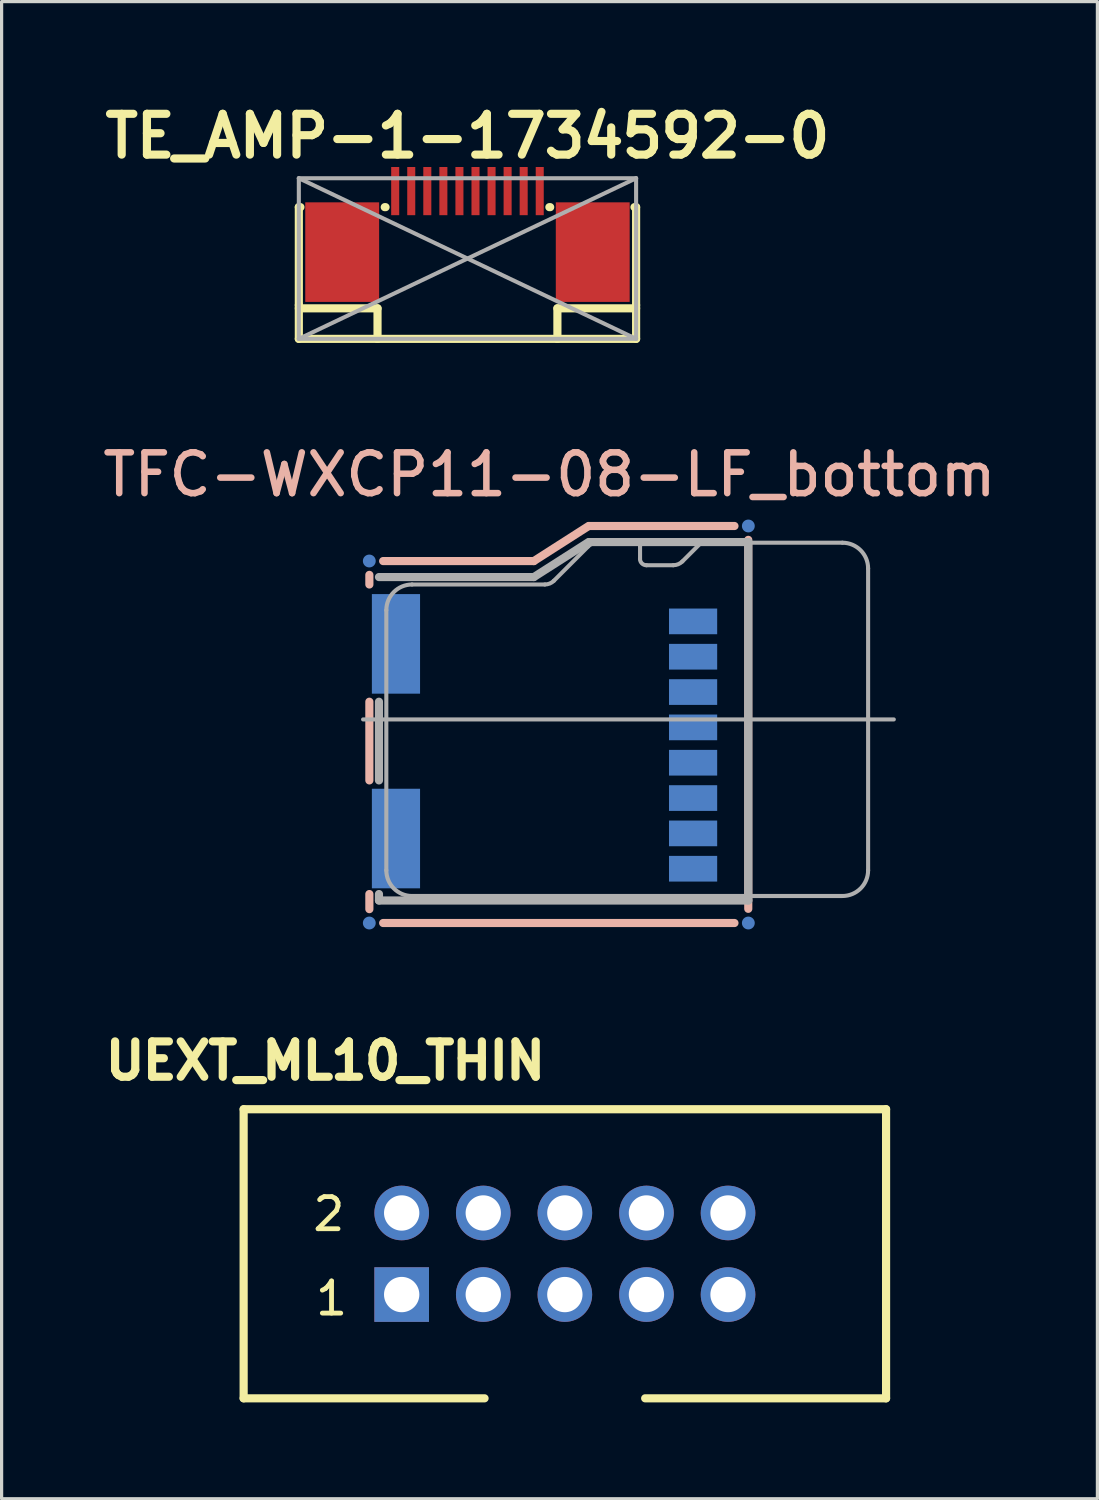
<source format=kicad_pcb>
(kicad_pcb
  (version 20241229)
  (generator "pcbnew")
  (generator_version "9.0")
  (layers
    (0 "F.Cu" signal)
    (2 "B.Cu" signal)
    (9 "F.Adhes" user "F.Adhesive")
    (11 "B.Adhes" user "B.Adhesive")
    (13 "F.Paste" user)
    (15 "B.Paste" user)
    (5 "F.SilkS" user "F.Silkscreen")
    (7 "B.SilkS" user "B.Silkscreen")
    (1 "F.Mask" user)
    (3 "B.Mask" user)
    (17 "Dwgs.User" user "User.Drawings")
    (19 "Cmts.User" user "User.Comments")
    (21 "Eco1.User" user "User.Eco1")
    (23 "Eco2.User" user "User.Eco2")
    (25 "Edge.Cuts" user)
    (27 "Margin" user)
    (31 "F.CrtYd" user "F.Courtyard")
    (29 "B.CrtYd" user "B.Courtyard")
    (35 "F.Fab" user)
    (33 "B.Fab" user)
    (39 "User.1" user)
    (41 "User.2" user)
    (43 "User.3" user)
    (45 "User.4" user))
  (footprint "UEXT_ML10_THIN"
    (layer "F.Cu")
    (at 14.535 35.982)
    (property "Reference" "UEXT_ML10_THIN" (at -7.455 -6.007 0) (layer "F.SilkS") (effects (font (size 1.1 1.1) (thickness 0.254))))
    (attr smd)
    (fp_line (start -10 -4.5) (end -10 4.5) (stroke (width 0.254) (type solid)) (layer "F.SilkS"))
    (fp_line (start -10 -4.5) (end 10 -4.5) (stroke (width 0.254) (type solid)) (layer "F.SilkS"))
    (fp_line (start -10 4.5) (end -2.5 4.5) (stroke (width 0.254) (type solid)) (layer "F.SilkS"))
    (fp_line (start 2.5 4.5) (end 10 4.5) (stroke (width 0.254) (type solid)) (layer "F.SilkS"))
    (fp_line (start 10 -4.5) (end 10 4.5) (stroke (width 0.254) (type solid)) (layer "F.SilkS"))
    (fp_text user "2" (at -7.348 -1.234 0) (layer "F.SilkS") (effects (font (size 1 1) (thickness 0.15))))
    (fp_text user "1" (at -7.264 1.392 0) (layer "F.SilkS") (effects (font (size 1 1) (thickness 0.15))))
    (pad "1" thru_hole rect (at -5.08 1.27) (size 1.7 1.7) (drill 1.1) (layers "*.Cu" "*.Mask"))
    (pad "2" thru_hole circle (at -5.08 -1.27) (size 1.7 1.7) (drill 1.1) (layers "*.Cu" "*.Mask"))
    (pad "3" thru_hole circle (at -2.54 1.27) (size 1.7 1.7) (drill 1.1) (layers "*.Cu" "*.Mask"))
    (pad "4" thru_hole circle (at -2.54 -1.27) (size 1.7 1.7) (drill 1.1) (layers "*.Cu" "*.Mask"))
    (pad "5" thru_hole circle (at 0 1.27) (size 1.7 1.7) (drill 1.1) (layers "*.Cu" "*.Mask"))
    (pad "6" thru_hole circle (at 0 -1.27) (size 1.7 1.7) (drill 1.1) (layers "*.Cu" "*.Mask"))
    (pad "7" thru_hole circle (at 2.54 1.27) (size 1.7 1.7) (drill 1.1) (layers "*.Cu" "*.Mask"))
    (pad "8" thru_hole circle (at 2.54 -1.27) (size 1.7 1.7) (drill 1.1) (layers "*.Cu" "*.Mask"))
    (pad "9" thru_hole circle (at 5.08 1.27) (size 1.7 1.7) (drill 1.1) (layers "*.Cu" "*.Mask"))
    (pad "10" thru_hole circle (at 5.08 -1.27) (size 1.7 1.7) (drill 1.1) (layers "*.Cu" "*.Mask")))
  (footprint "TE_AMP-1-1734592-0"
    (layer "F.Cu")
    (at 11.503 4.999)
    (property "Reference" "TE_AMP-1-1734592-0" (at 0 -3.81 0) (layer "F.SilkS") (effects (font (size 1.27 1.27) (thickness 0.254))))
    (attr smd)
    (fp_line (start -5.25 -1.6) (end -5.25 1.45) (stroke (width 0.254) (type solid)) (layer "F.SilkS"))
    (fp_line (start -5.25 1.45) (end -5.25 2.5) (stroke (width 0.254) (type solid)) (layer "F.SilkS"))
    (fp_line (start -5.25 2.5) (end -2.8 2.5) (stroke (width 0.254) (type solid)) (layer "F.SilkS"))
    (fp_line (start -5.2 -1.6) (end -5.25 -1.6) (stroke (width 0.254) (type solid)) (layer "F.SilkS"))
    (fp_line (start -2.8 1.55) (end -5.25 1.55) (stroke (width 0.254) (type solid)) (layer "F.SilkS"))
    (fp_line (start -2.8 2.5) (end -2.8 1.55) (stroke (width 0.254) (type solid)) (layer "F.SilkS"))
    (fp_line (start -2.8 2.5) (end 2.8 2.5) (stroke (width 0.254) (type solid)) (layer "F.SilkS"))
    (fp_line (start -2.55 -1.6) (end -2.575 -1.6) (stroke (width 0.254) (type solid)) (layer "F.SilkS"))
    (fp_line (start 2.55 -1.6) (end 2.575 -1.6) (stroke (width 0.254) (type solid)) (layer "F.SilkS"))
    (fp_line (start 2.8 1.55) (end 2.8 2.5) (stroke (width 0.254) (type solid)) (layer "F.SilkS"))
    (fp_line (start 2.8 1.55) (end 5.25 1.55) (stroke (width 0.254) (type solid)) (layer "F.SilkS"))
    (fp_line (start 2.8 2.5) (end 5.25 2.5) (stroke (width 0.254) (type solid)) (layer "F.SilkS"))
    (fp_line (start 5.2 -1.6) (end 5.25 -1.6) (stroke (width 0.254) (type solid)) (layer "F.SilkS"))
    (fp_line (start 5.25 -1.6) (end 5.25 1.45) (stroke (width 0.254) (type solid)) (layer "F.SilkS"))
    (fp_line (start 5.25 1.45) (end 5.25 2.5) (stroke (width 0.254) (type solid)) (layer "F.SilkS"))
    (fp_line (start -5.25 -2.5) (end 5.25 -2.5) (stroke (width 0.127) (type solid)) (layer "F.Fab"))
    (fp_line (start -5.25 -2.5) (end 5.25 2.5) (stroke (width 0.127) (type solid)) (layer "F.Fab"))
    (fp_line (start -5.25 2.5) (end -5.25 -2.5) (stroke (width 0.127) (type solid)) (layer "F.Fab"))
    (fp_line (start 5.25 -2.5) (end -5.25 2.5) (stroke (width 0.127) (type solid)) (layer "F.Fab"))
    (fp_line (start 5.25 -2.5) (end 5.25 2.5) (stroke (width 0.127) (type solid)) (layer "F.Fab"))
    (fp_line (start 5.25 2.5) (end -5.25 2.5) (stroke (width 0.127) (type solid)) (layer "F.Fab"))
    (pad "0" smd rect (at -3.9 -0.2) (size 2.3 3.1) (layers "F.Cu" "F.Mask" "F.Paste"))
    (pad "0" smd rect (at 3.9 -0.2) (size 2.3 3.1) (layers "F.Cu" "F.Mask" "F.Paste"))
    (pad "1" smd rect (at -2.25 -2.1) (size 0.25 1.5) (layers "F.Cu" "F.Mask" "F.Paste"))
    (pad "2" smd rect (at -1.75 -2.1) (size 0.25 1.5) (layers "F.Cu" "F.Mask" "F.Paste"))
    (pad "3" smd rect (at -1.25 -2.1) (size 0.25 1.5) (layers "F.Cu" "F.Mask" "F.Paste"))
    (pad "4" smd rect (at -0.75 -2.1) (size 0.25 1.5) (layers "F.Cu" "F.Mask" "F.Paste"))
    (pad "5" smd rect (at -0.25 -2.1) (size 0.25 1.5) (layers "F.Cu" "F.Mask" "F.Paste"))
    (pad "6" smd rect (at 0.25 -2.1) (size 0.25 1.5) (layers "F.Cu" "F.Mask" "F.Paste"))
    (pad "7" smd rect (at 0.75 -2.1) (size 0.25 1.5) (layers "F.Cu" "F.Mask" "F.Paste"))
    (pad "8" smd rect (at 1.25 -2.1) (size 0.25 1.5) (layers "F.Cu" "F.Mask" "F.Paste"))
    (pad "9" smd rect (at 1.75 -2.1) (size 0.25 1.5) (layers "F.Cu" "F.Mask" "F.Paste"))
    (pad "10" smd rect (at 2.25 -2.1) (size 0.25 1.5) (layers "F.Cu" "F.Mask" "F.Paste")))
  (footprint "TFC-WXCP11-08-LF_bottom"
    (layer "B.Cu")
    (at 14.527 20.145)
    (property "Reference" "TFC-WXCP11-08-LF_bottom" (at -0.47 -8.42 0) (layer "B.SilkS") (effects (font (size 1.27 1.27) (thickness 0.203))))
    (attr smd)
    (fp_line (start -6.078 -4.999) (end -6.078 -5.298) (stroke (width 0.254) (type solid)) (layer "B.SilkS"))
    (fp_line (start -6.078 1.1) (end -6.078 -1.349) (stroke (width 0.254) (type solid)) (layer "B.SilkS"))
    (fp_line (start -6.078 5.108) (end -6.078 4.638) (stroke (width 0.254) (type solid)) (layer "B.SilkS"))
    (fp_line (start -5.649 -5.728) (end -0.958 -5.728) (stroke (width 0.254) (type solid)) (layer "B.SilkS"))
    (fp_line (start -0.958 -5.728) (end 0.749 -6.82) (stroke (width 0.254) (type solid)) (layer "B.SilkS"))
    (fp_line (start 5.288 -6.82) (end 0.77 -6.82) (stroke (width 0.254) (type solid)) (layer "B.SilkS"))
    (fp_line (start 5.288 5.54) (end -5.649 5.54) (stroke (width 0.254) (type solid)) (layer "B.SilkS"))
    (fp_line (start 5.718 5.098) (end 5.718 -6.388) (stroke (width 0.254) (type solid)) (layer "B.SilkS"))
    (fp_line (start -6.274 -0.798) (end 10.249 -0.798) (stroke (width 0.127) (type solid)) (layer "F.Fab"))
    (fp_line (start -5.779 -5.23) (end -0.958 -5.23) (stroke (width 0.254) (type solid)) (layer "F.Fab"))
    (fp_line (start -5.779 1.1) (end -5.779 -1.349) (stroke (width 0.254) (type solid)) (layer "F.Fab"))
    (fp_line (start -5.779 4.839) (end -5.779 4.638) (stroke (width 0.254) (type solid)) (layer "F.Fab"))
    (fp_line (start -5.55 3.899) (end -5.55 -4.199) (stroke (width 0.127) (type solid)) (layer "F.Fab"))
    (fp_line (start -4.75 -4.999) (end -0.615 -4.999) (stroke (width 0.127) (type solid)) (layer "F.Fab"))
    (fp_line (start -0.958 -5.23) (end 0.749 -6.32) (stroke (width 0.254) (type solid)) (layer "F.Fab"))
    (fp_line (start -0.333 -5.116) (end 0.732 -6.182) (stroke (width 0.127) (type solid)) (layer "F.Fab"))
    (fp_line (start 1.013 -6.299) (end 2.248 -6.299) (stroke (width 0.127) (type solid)) (layer "F.Fab"))
    (fp_line (start 2.349 -6.198) (end 2.349 -5.799) (stroke (width 0.127) (type solid)) (layer "F.Fab"))
    (fp_line (start 2.548 -5.598) (end 3.383 -5.598) (stroke (width 0.127) (type solid)) (layer "F.Fab"))
    (fp_line (start 3.665 -5.715) (end 4.249 -6.299) (stroke (width 0.127) (type solid)) (layer "F.Fab"))
    (fp_line (start 4.249 -6.299) (end 8.649 -6.299) (stroke (width 0.127) (type solid)) (layer "F.Fab"))
    (fp_line (start 5.718 -6.32) (end 0.77 -6.32) (stroke (width 0.254) (type solid)) (layer "F.Fab"))
    (fp_line (start 5.718 4.839) (end -5.779 4.839) (stroke (width 0.254) (type solid)) (layer "F.Fab"))
    (fp_line (start 5.718 4.839) (end 5.718 -6.32) (stroke (width 0.254) (type solid)) (layer "F.Fab"))
    (fp_line (start 8.649 4.699) (end -4.75 4.699) (stroke (width 0.127) (type solid)) (layer "F.Fab"))
    (fp_line (start 9.449 -5.499) (end 9.449 3.899) (stroke (width 0.127) (type solid)) (layer "F.Fab"))
    (fp_arc (start -5.5499 -4.19862) (mid -5.315556 -4.764376) (end -4.7498 -4.99872) (stroke (width 0.127) (type solid)) (layer "F.Fab"))
    (fp_arc (start -4.7498 4.699) (mid -5.315556 4.464656) (end -5.5499 3.8989) (stroke (width 0.127) (type solid)) (layer "F.Fab"))
    (fp_arc (start -0.33274 -5.11556) (mid -0.462095 -5.029128) (end -0.61468 -4.998777) (stroke (width 0.127) (type solid)) (layer "F.Fab"))
    (fp_arc (start 0.73152 -6.18236) (mid 0.861524 -6.268467) (end 1.014557 -6.298402) (stroke (width 0.127) (type solid)) (layer "F.Fab"))
    (fp_arc (start 2.2479 -6.2992) (mid 2.319742 -6.269442) (end 2.3495 -6.1976) (stroke (width 0.127) (type solid)) (layer "F.Fab"))
    (fp_arc (start 2.54762 -5.59816) (mid 2.405732 -5.656932) (end 2.34696 -5.79882) (stroke (width 0.127) (type solid)) (layer "F.Fab"))
    (fp_arc (start 3.66522 -5.715) (mid 3.534893 -5.628761) (end 3.381484 -5.598961) (stroke (width 0.127) (type solid)) (layer "F.Fab"))
    (fp_arc (start 8.6487 -6.2992) (mid 9.214456 -6.064856) (end 9.4488 -5.4991) (stroke (width 0.127) (type solid)) (layer "F.Fab"))
    (fp_arc (start 9.4488 3.8989) (mid 9.214456 4.464656) (end 8.6487 4.699) (stroke (width 0.127) (type solid)) (layer "F.Fab"))
    (pad "1" smd rect (at 4 -3.85 90) (size 0.8 1.5) (layers "B.Cu" "B.Mask" "B.Paste"))
    (pad "2" smd rect (at 4 -2.75 90) (size 0.8 1.5) (layers "B.Cu" "B.Mask" "B.Paste"))
    (pad "3" smd rect (at 4 -1.65 90) (size 0.8 1.5) (layers "B.Cu" "B.Mask" "B.Paste"))
    (pad "4" smd rect (at 4 -0.55 90) (size 0.8 1.5) (layers "B.Cu" "B.Mask" "B.Paste"))
    (pad "5" smd rect (at 4 0.55 90) (size 0.8 1.5) (layers "B.Cu" "B.Mask" "B.Paste"))
    (pad "6" smd rect (at 4 1.65 90) (size 0.8 1.5) (layers "B.Cu" "B.Mask" "B.Paste"))
    (pad "7" smd rect (at 4 2.75 90) (size 0.8 1.5) (layers "B.Cu" "B.Mask" "B.Paste"))
    (pad "8" smd rect (at 4 3.85 90) (size 0.8 1.5) (layers "B.Cu" "B.Mask" "B.Paste"))
    (pad "FID1" smd circle (at 5.72 -6.82 90) (size 0.4 0.4) (layers "B.Cu" "B.Mask"))
    (pad "FID2" smd circle (at -6.08 -5.73 90) (size 0.4 0.4) (layers "B.Cu" "B.Mask"))
    (pad "FID3" smd circle (at -6.08 5.54 90) (size 0.4 0.4) (layers "B.Cu" "B.Mask"))
    (pad "FID4" smd circle (at 5.72 5.54 90) (size 0.4 0.4) (layers "B.Cu" "B.Mask"))
    (pad "SH1" smd rect (at -5.25 2.91 90) (size 3.1 1.5) (layers "B.Cu" "B.Mask" "B.Paste"))
    (pad "SH2" smd rect (at -5.25 -3.15 90) (size 3.1 1.5) (layers "B.Cu" "B.Mask" "B.Paste")))
  (gr_rect
    (start -3 -3)
    (end 31.114 43.609)
    (stroke (width 0.1) (type default))
    (fill no)
    (layer "Edge.Cuts")))
</source>
